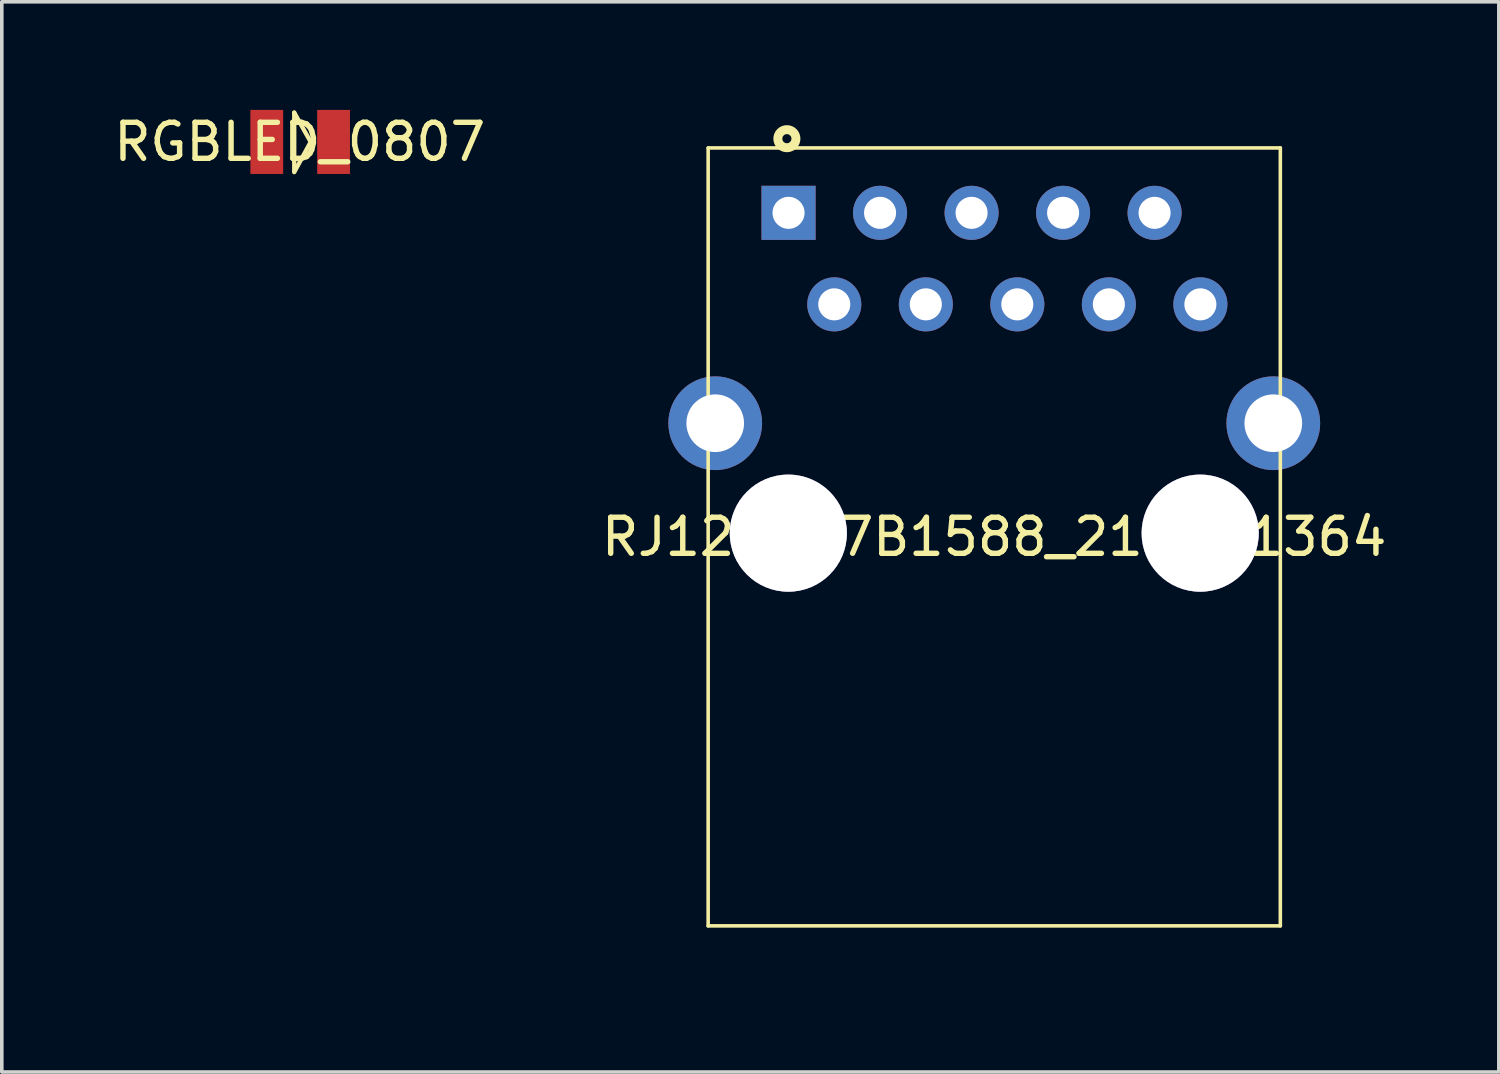
<source format=kicad_pcb>
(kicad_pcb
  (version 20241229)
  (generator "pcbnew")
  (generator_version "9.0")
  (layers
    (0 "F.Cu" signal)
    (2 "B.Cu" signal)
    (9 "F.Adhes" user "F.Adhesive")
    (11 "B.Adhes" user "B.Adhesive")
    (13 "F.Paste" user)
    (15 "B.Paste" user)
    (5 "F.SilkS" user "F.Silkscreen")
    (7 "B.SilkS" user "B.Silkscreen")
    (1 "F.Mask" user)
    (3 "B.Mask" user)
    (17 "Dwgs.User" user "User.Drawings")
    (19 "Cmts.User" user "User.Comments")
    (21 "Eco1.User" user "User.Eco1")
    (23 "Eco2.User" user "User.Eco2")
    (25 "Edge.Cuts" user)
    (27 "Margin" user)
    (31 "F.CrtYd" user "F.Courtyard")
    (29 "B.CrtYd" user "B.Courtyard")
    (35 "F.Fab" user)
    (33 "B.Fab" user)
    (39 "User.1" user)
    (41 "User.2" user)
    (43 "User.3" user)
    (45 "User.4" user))
  (footprint "RJ12P127B1588_2159H1364"
    (layer "F.Cu")
    (at 24.542 11.851)
    (property "Reference" "RJ12P127B1588_2159H1364" (at 0 0 0) (layer "F.SilkS") (effects (font (size 1 1) (thickness 0.15))))
    (fp_line (start -7.938 -10.795) (end -7.938 10.795) (stroke (width 0.099) (type default)) (layer "F.SilkS"))
    (fp_line (start -7.938 -10.795) (end 7.942 -10.795) (stroke (width 0.099) (type default)) (layer "F.SilkS"))
    (fp_line (start -7.938 10.795) (end 7.942 10.795) (stroke (width 0.099) (type default)) (layer "F.SilkS"))
    (fp_line (start 7.942 -10.795) (end 7.942 10.795) (stroke (width 0.099) (type default)) (layer "F.SilkS"))
    (fp_circle (center -5.753 -11.052) (end -5.502 -11.052) (stroke (width 0.249) (type default)) (fill no) (layer "F.SilkS"))
    (fp_line (start -10.053 -11.801) (end -10.053 11.801) (stroke (width 0.025) (type default)) (layer "User.1"))
    (fp_line (start -10.053 -11.801) (end 10.053 -11.801) (stroke (width 0.025) (type default)) (layer "User.1"))
    (fp_line (start -10.053 11.801) (end 10.053 11.801) (stroke (width 0.025) (type default)) (layer "User.1"))
    (fp_line (start 10.053 -11.801) (end 10.053 11.801) (stroke (width 0.025) (type default)) (layer "User.1"))
    (fp_poly (pts (xy -10.043 2.519) (xy 10.048 2.519) (xy 10.048 -10.8) (xy -10.043 -10.8)) (stroke (width 0.1) (type default)) (fill no) (layer "User.1"))
    (fp_poly (pts (xy -10.043 2.519) (xy 10.048 2.519) (xy 10.048 -10.8) (xy -10.043 -10.8)) (stroke (width 0.1) (type default)) (fill no) (layer "User.1"))
    (fp_poly (pts (xy -7.897 10.8) (xy 7.902 10.8) (xy 7.902 -10.8) (xy -7.897 -10.8)) (stroke (width 0.1) (type default)) (fill no) (layer "User.1"))
    (fp_poly (pts (xy -7.897 10.8) (xy 7.902 10.8) (xy 7.902 -10.8) (xy -7.897 -10.8)) (stroke (width 0.1) (type default)) (fill no) (layer "User.1"))
    (fp_poly (pts (xy -10.053 11.801) (xy 10.053 11.801) (xy 10.048 -11.801) (xy -7.897 -11.801) (xy -7.897 -10.899) (xy 8.004 -10.899) (xy 8.004 10.899) (xy -7.998 10.899) (xy -7.998 -11.801) (xy -10.053 -11.801)) (stroke (width 0.1) (type default)) (fill no) (layer "User.1"))
    (fp_poly (pts (xy -10.053 11.801) (xy 10.053 11.801) (xy 10.048 -11.801) (xy -7.897 -11.801) (xy -7.897 -10.899) (xy 8.004 -10.899) (xy 8.004 10.899) (xy -7.998 10.899) (xy -7.998 -11.801) (xy -10.053 -11.801)) (stroke (width 0.1) (type default)) (fill no) (layer "User.1"))
    (pad "1" thru_hole rect (at -5.707 -8.994 270) (size 1.501 1.501) (drill 0.889) (layers "*.Cu" "*.Mask"))
    (pad "2" thru_hole circle (at -4.438 -6.454 270) (size 1.501 1.501) (drill 0.889) (layers "*.Cu" "*.Mask"))
    (pad "3" thru_hole circle (at -3.167 -8.994 270) (size 1.501 1.501) (drill 0.889) (layers "*.Cu" "*.Mask"))
    (pad "4" thru_hole circle (at -1.897 -6.454 270) (size 1.501 1.501) (drill 0.889) (layers "*.Cu" "*.Mask"))
    (pad "5" thru_hole circle (at -0.627 -8.994 270) (size 1.501 1.501) (drill 0.889) (layers "*.Cu" "*.Mask"))
    (pad "6" thru_hole circle (at 0.642 -6.454 270) (size 1.501 1.501) (drill 0.889) (layers "*.Cu" "*.Mask"))
    (pad "7" thru_hole circle (at 1.913 -8.994 270) (size 1.501 1.501) (drill 0.889) (layers "*.Cu" "*.Mask"))
    (pad "8" thru_hole circle (at 3.183 -6.454 270) (size 1.501 1.501) (drill 0.889) (layers "*.Cu" "*.Mask"))
    (pad "9" thru_hole circle (at 4.452 -8.994 270) (size 1.501 1.501) (drill 0.889) (layers "*.Cu" "*.Mask"))
    (pad "10" thru_hole circle (at 5.723 -6.454 270) (size 1.501 1.501) (drill 0.889) (layers "*.Cu" "*.Mask"))
    (pad "11" thru_hole circle (at -7.742 -3.155 270) (size 2.601 2.601) (drill 1.6) (layers "*.Cu" "*.Mask"))
    (pad "12" thru_hole circle (at 7.747 -3.155 270) (size 2.601 2.601) (drill 1.6) (layers "*.Cu" "*.Mask"))
    (pad "13" thru_hole circle (at 5.718 -0.104 270) (size 3.251 3.251) (drill 3.251) (layers "*.Cu" "*.Mask"))
    (pad "14" thru_hole circle (at -5.713 -0.104 270) (size 3.251 3.251) (drill 3.251) (layers "*.Cu" "*.Mask"))
    (zone (net_name "") (layer "Edge.Cuts") (hatch edge 0.5) (connect_pads) (min_thickness 0.25) (filled_areas_thickness no) (keepout (tracks not_allowed) (vias not_allowed) (pads not_allowed) (copperpour not_allowed) (footprints allowed)) (placement (enabled no)) (fill) (polygon (pts (xy 19.197 9.899) (xy 19.55 10.005) (xy 19.876 10.18) (xy 20.161 10.414) (xy 20.396 10.7) (xy 20.454 10.808) (xy 20.57 11.025) (xy 20.677 11.379) (xy 20.713 11.746) (xy 20.677 12.114) (xy 20.57 12.467) (xy 20.396 12.793) (xy 20.161 13.078) (xy 19.876 13.312) (xy 19.55 13.486) (xy 19.197 13.594) (xy 18.829 13.63) (xy 18.462 13.594) (xy 18.108 13.486) (xy 17.783 13.312) (xy 17.497 13.078) (xy 17.263 12.793) (xy 17.089 12.467) (xy 16.982 12.114) (xy 16.946 11.746) (xy 16.982 11.379) (xy 17.089 11.025) (xy 17.205 10.808) (xy 17.263 10.7) (xy 17.497 10.414) (xy 17.783 10.18) (xy 18.108 10.005) (xy 18.462 9.899) (xy 18.829 9.863))))
    (zone (net_name "") (layer "Edge.Cuts") (hatch edge 0.5) (connect_pads) (min_thickness 0.25) (filled_areas_thickness no) (keepout (tracks not_allowed) (vias not_allowed) (pads not_allowed) (copperpour not_allowed) (footprints allowed)) (placement (enabled no)) (fill) (polygon (pts (xy 30.627 9.899) (xy 30.98 10.005) (xy 31.306 10.18) (xy 31.591 10.414) (xy 31.826 10.7) (xy 31.884 10.808) (xy 32 11.025) (xy 32.107 11.379) (xy 32.143 11.746) (xy 32.107 12.114) (xy 32 12.467) (xy 31.826 12.793) (xy 31.591 13.078) (xy 31.306 13.312) (xy 30.98 13.486) (xy 30.627 13.594) (xy 30.259 13.63) (xy 29.892 13.594) (xy 29.538 13.486) (xy 29.213 13.312) (xy 28.927 13.078) (xy 28.693 12.793) (xy 28.519 12.467) (xy 28.412 12.114) (xy 28.376 11.746) (xy 28.412 11.379) (xy 28.519 11.025) (xy 28.635 10.808) (xy 28.693 10.7) (xy 28.927 10.414) (xy 29.213 10.18) (xy 29.538 10.005) (xy 29.892 9.899) (xy 30.259 9.863)))))
  (footprint "RGBLED_0807"
    (layer "F.Cu")
    (at 5.268 0.889)
    (property "Reference" "RGBLED_0807" (at 0 0 0) (layer "F.SilkS") (effects (font (size 1 1) (thickness 0.15))))
    (fp_line (start -0.152 0.813) (end -0.152 -0.813) (stroke (width 0.12) (type default)) (layer "F.SilkS"))
    (fp_line (start -0.152 0.838) (end 0.305 0) (stroke (width 0.12) (type default)) (layer "F.SilkS"))
    (fp_line (start 0.305 0) (end -0.152 -0.813) (stroke (width 0.12) (type default)) (layer "F.SilkS"))
    (pad "1" smd rect (at -0.914 0) (size 0.91 1.778) (layers "F.Cu" "F.Mask" "F.Paste"))
    (pad "2" smd rect (at 0.94 0) (size 0.91 1.778) (layers "F.Cu" "F.Mask" "F.Paste")))
  (gr_rect
    (start -3 -3)
    (end 38.548 26.702)
    (stroke (width 0.1) (type default))
    (fill no)
    (layer "Edge.Cuts")))
</source>
